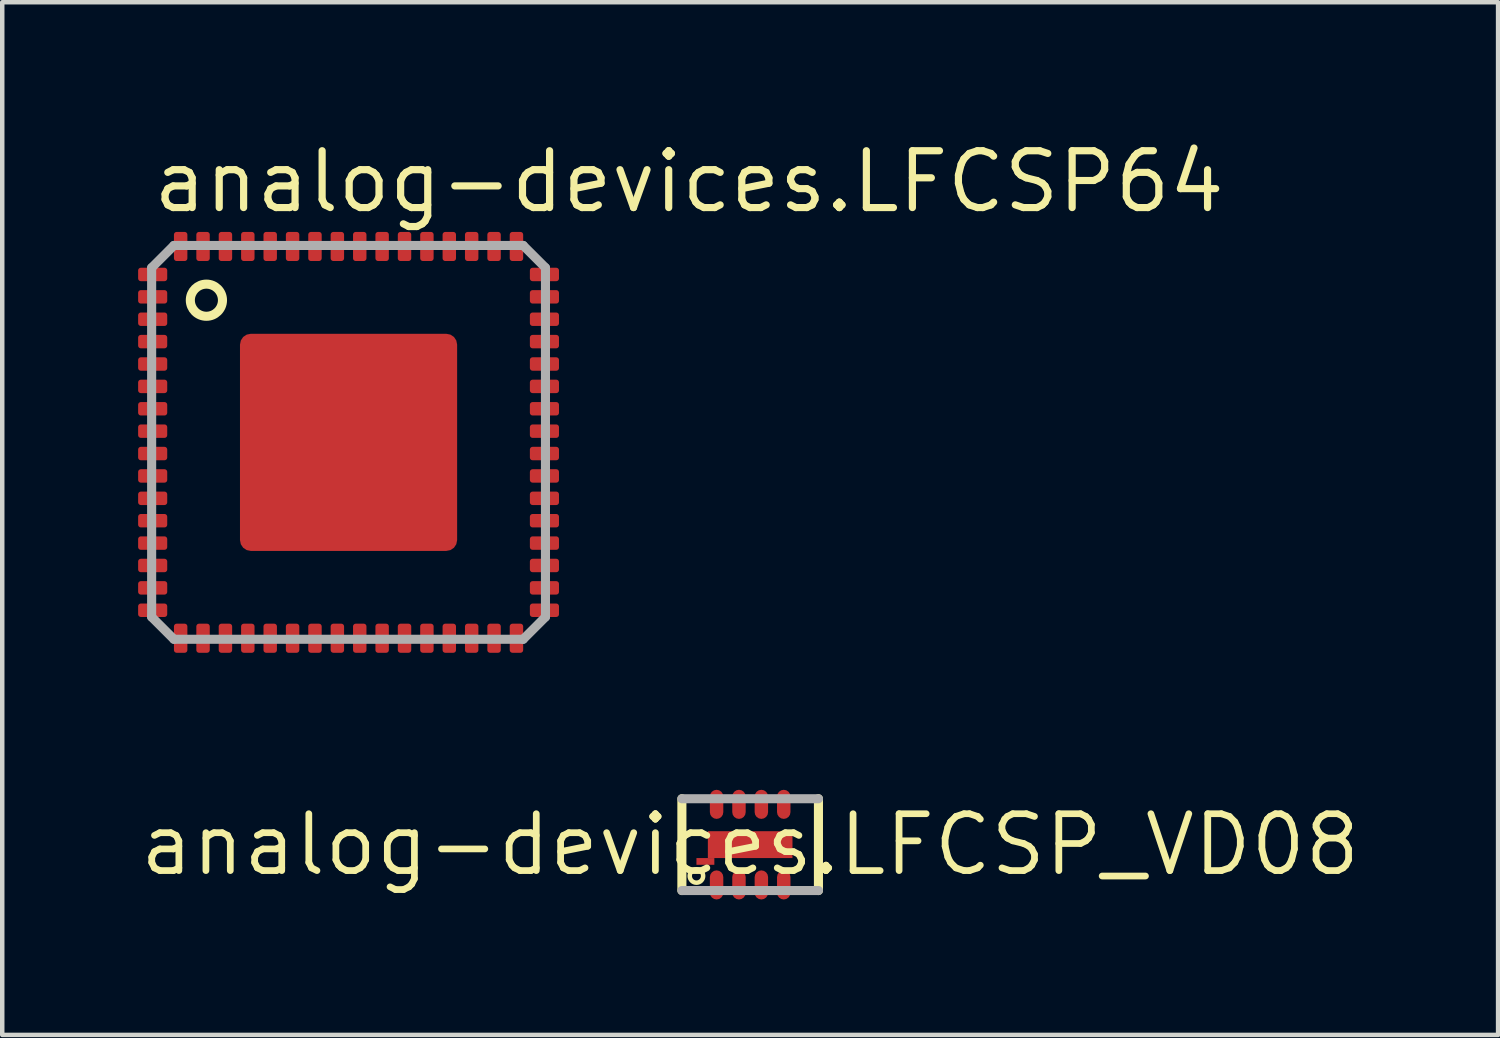
<source format=kicad_pcb>
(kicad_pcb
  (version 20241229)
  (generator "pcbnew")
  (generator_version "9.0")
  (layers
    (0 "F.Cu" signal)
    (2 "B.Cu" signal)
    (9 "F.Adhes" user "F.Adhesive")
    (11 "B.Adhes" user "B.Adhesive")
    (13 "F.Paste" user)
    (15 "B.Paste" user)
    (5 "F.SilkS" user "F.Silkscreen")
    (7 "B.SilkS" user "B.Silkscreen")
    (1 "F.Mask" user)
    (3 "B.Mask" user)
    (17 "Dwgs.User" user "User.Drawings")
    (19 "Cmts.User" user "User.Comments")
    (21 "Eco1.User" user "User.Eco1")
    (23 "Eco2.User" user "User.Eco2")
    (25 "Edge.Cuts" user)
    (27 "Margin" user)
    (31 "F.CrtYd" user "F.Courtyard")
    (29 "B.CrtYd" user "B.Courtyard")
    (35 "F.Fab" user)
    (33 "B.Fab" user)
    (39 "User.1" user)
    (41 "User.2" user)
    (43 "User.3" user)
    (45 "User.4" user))
  (footprint "analog-devices.LFCSP64"
    (layer "F.Cu")
    (at 4.735 6.83)
    (property "Reference" "analog-devices.LFCSP64" (at -4.445 -5.08 0) (layer "F.SilkS") (effects (font (size 1.27 1.27) (thickness 0.16)) (justify left bottom)))
    (attr smd)
    (fp_rect (start -4.71 -3.59) (end -4.04 -3.91) (stroke (width 0.05) (type default)) (fill yes) (layer "F.Mask"))
    (fp_rect (start -4.71 -3.09) (end -4.04 -3.41) (stroke (width 0.05) (type default)) (fill yes) (layer "F.Mask"))
    (fp_rect (start -4.71 -2.59) (end -4.04 -2.91) (stroke (width 0.05) (type default)) (fill yes) (layer "F.Mask"))
    (fp_rect (start -4.71 -2.09) (end -4.04 -2.41) (stroke (width 0.05) (type default)) (fill yes) (layer "F.Mask"))
    (fp_rect (start -4.71 -1.59) (end -4.04 -1.91) (stroke (width 0.05) (type default)) (fill yes) (layer "F.Mask"))
    (fp_rect (start -4.71 -1.09) (end -4.04 -1.41) (stroke (width 0.05) (type default)) (fill yes) (layer "F.Mask"))
    (fp_rect (start -4.71 -0.59) (end -4.04 -0.91) (stroke (width 0.05) (type default)) (fill yes) (layer "F.Mask"))
    (fp_rect (start -4.71 -0.09) (end -4.04 -0.41) (stroke (width 0.05) (type default)) (fill yes) (layer "F.Mask"))
    (fp_rect (start -4.71 0.41) (end -4.04 0.09) (stroke (width 0.05) (type default)) (fill yes) (layer "F.Mask"))
    (fp_rect (start -4.71 0.91) (end -4.04 0.59) (stroke (width 0.05) (type default)) (fill yes) (layer "F.Mask"))
    (fp_rect (start -4.71 1.41) (end -4.04 1.09) (stroke (width 0.05) (type default)) (fill yes) (layer "F.Mask"))
    (fp_rect (start -4.71 1.91) (end -4.04 1.59) (stroke (width 0.05) (type default)) (fill yes) (layer "F.Mask"))
    (fp_rect (start -4.71 2.41) (end -4.04 2.09) (stroke (width 0.05) (type default)) (fill yes) (layer "F.Mask"))
    (fp_rect (start -4.71 2.91) (end -4.04 2.59) (stroke (width 0.05) (type default)) (fill yes) (layer "F.Mask"))
    (fp_rect (start -4.71 3.41) (end -4.04 3.09) (stroke (width 0.05) (type default)) (fill yes) (layer "F.Mask"))
    (fp_rect (start -4.71 3.91) (end -4.04 3.59) (stroke (width 0.05) (type default)) (fill yes) (layer "F.Mask"))
    (fp_rect (start -3.91 -4.04) (end -3.59 -4.71) (stroke (width 0.05) (type default)) (fill yes) (layer "F.Mask"))
    (fp_rect (start -3.91 4.71) (end -3.59 4.04) (stroke (width 0.05) (type default)) (fill yes) (layer "F.Mask"))
    (fp_rect (start -3.41 -4.04) (end -3.09 -4.71) (stroke (width 0.05) (type default)) (fill yes) (layer "F.Mask"))
    (fp_rect (start -3.41 4.71) (end -3.09 4.04) (stroke (width 0.05) (type default)) (fill yes) (layer "F.Mask"))
    (fp_rect (start -2.91 -4.04) (end -2.59 -4.71) (stroke (width 0.05) (type default)) (fill yes) (layer "F.Mask"))
    (fp_rect (start -2.91 4.71) (end -2.59 4.04) (stroke (width 0.05) (type default)) (fill yes) (layer "F.Mask"))
    (fp_rect (start -2.45 2.46) (end 2.46 -2.45) (stroke (width 0.05) (type default)) (fill yes) (layer "F.Mask"))
    (fp_rect (start -2.41 -4.04) (end -2.09 -4.71) (stroke (width 0.05) (type default)) (fill yes) (layer "F.Mask"))
    (fp_rect (start -2.41 4.71) (end -2.09 4.04) (stroke (width 0.05) (type default)) (fill yes) (layer "F.Mask"))
    (fp_rect (start -1.91 -4.04) (end -1.59 -4.71) (stroke (width 0.05) (type default)) (fill yes) (layer "F.Mask"))
    (fp_rect (start -1.91 4.71) (end -1.59 4.04) (stroke (width 0.05) (type default)) (fill yes) (layer "F.Mask"))
    (fp_rect (start -1.41 -4.04) (end -1.09 -4.71) (stroke (width 0.05) (type default)) (fill yes) (layer "F.Mask"))
    (fp_rect (start -1.41 4.71) (end -1.09 4.04) (stroke (width 0.05) (type default)) (fill yes) (layer "F.Mask"))
    (fp_rect (start -0.91 -4.04) (end -0.59 -4.71) (stroke (width 0.05) (type default)) (fill yes) (layer "F.Mask"))
    (fp_rect (start -0.91 4.71) (end -0.59 4.04) (stroke (width 0.05) (type default)) (fill yes) (layer "F.Mask"))
    (fp_rect (start -0.41 -4.04) (end -0.09 -4.71) (stroke (width 0.05) (type default)) (fill yes) (layer "F.Mask"))
    (fp_rect (start -0.41 4.71) (end -0.09 4.04) (stroke (width 0.05) (type default)) (fill yes) (layer "F.Mask"))
    (fp_rect (start 0.09 -4.04) (end 0.41 -4.71) (stroke (width 0.05) (type default)) (fill yes) (layer "F.Mask"))
    (fp_rect (start 0.09 4.71) (end 0.41 4.04) (stroke (width 0.05) (type default)) (fill yes) (layer "F.Mask"))
    (fp_rect (start 0.59 -4.04) (end 0.91 -4.71) (stroke (width 0.05) (type default)) (fill yes) (layer "F.Mask"))
    (fp_rect (start 0.59 4.71) (end 0.91 4.04) (stroke (width 0.05) (type default)) (fill yes) (layer "F.Mask"))
    (fp_rect (start 1.09 -4.04) (end 1.41 -4.71) (stroke (width 0.05) (type default)) (fill yes) (layer "F.Mask"))
    (fp_rect (start 1.09 4.71) (end 1.41 4.04) (stroke (width 0.05) (type default)) (fill yes) (layer "F.Mask"))
    (fp_rect (start 1.59 -4.04) (end 1.91 -4.71) (stroke (width 0.05) (type default)) (fill yes) (layer "F.Mask"))
    (fp_rect (start 1.59 4.71) (end 1.91 4.04) (stroke (width 0.05) (type default)) (fill yes) (layer "F.Mask"))
    (fp_rect (start 2.09 -4.04) (end 2.41 -4.71) (stroke (width 0.05) (type default)) (fill yes) (layer "F.Mask"))
    (fp_rect (start 2.09 4.71) (end 2.41 4.04) (stroke (width 0.05) (type default)) (fill yes) (layer "F.Mask"))
    (fp_rect (start 2.59 -4.04) (end 2.91 -4.71) (stroke (width 0.05) (type default)) (fill yes) (layer "F.Mask"))
    (fp_rect (start 2.59 4.71) (end 2.91 4.04) (stroke (width 0.05) (type default)) (fill yes) (layer "F.Mask"))
    (fp_rect (start 3.09 -4.04) (end 3.41 -4.71) (stroke (width 0.05) (type default)) (fill yes) (layer "F.Mask"))
    (fp_rect (start 3.09 4.71) (end 3.41 4.04) (stroke (width 0.05) (type default)) (fill yes) (layer "F.Mask"))
    (fp_rect (start 3.59 -4.04) (end 3.91 -4.71) (stroke (width 0.05) (type default)) (fill yes) (layer "F.Mask"))
    (fp_rect (start 3.59 4.71) (end 3.91 4.04) (stroke (width 0.05) (type default)) (fill yes) (layer "F.Mask"))
    (fp_rect (start 4.04 -3.59) (end 4.71 -3.91) (stroke (width 0.05) (type default)) (fill yes) (layer "F.Mask"))
    (fp_rect (start 4.04 -3.09) (end 4.71 -3.41) (stroke (width 0.05) (type default)) (fill yes) (layer "F.Mask"))
    (fp_rect (start 4.04 -2.59) (end 4.71 -2.91) (stroke (width 0.05) (type default)) (fill yes) (layer "F.Mask"))
    (fp_rect (start 4.04 -2.09) (end 4.71 -2.41) (stroke (width 0.05) (type default)) (fill yes) (layer "F.Mask"))
    (fp_rect (start 4.04 -1.59) (end 4.71 -1.91) (stroke (width 0.05) (type default)) (fill yes) (layer "F.Mask"))
    (fp_rect (start 4.04 -1.09) (end 4.71 -1.41) (stroke (width 0.05) (type default)) (fill yes) (layer "F.Mask"))
    (fp_rect (start 4.04 -0.59) (end 4.71 -0.91) (stroke (width 0.05) (type default)) (fill yes) (layer "F.Mask"))
    (fp_rect (start 4.04 -0.09) (end 4.71 -0.41) (stroke (width 0.05) (type default)) (fill yes) (layer "F.Mask"))
    (fp_rect (start 4.04 0.41) (end 4.71 0.09) (stroke (width 0.05) (type default)) (fill yes) (layer "F.Mask"))
    (fp_rect (start 4.04 0.91) (end 4.71 0.59) (stroke (width 0.05) (type default)) (fill yes) (layer "F.Mask"))
    (fp_rect (start 4.04 1.41) (end 4.71 1.09) (stroke (width 0.05) (type default)) (fill yes) (layer "F.Mask"))
    (fp_rect (start 4.04 1.91) (end 4.71 1.59) (stroke (width 0.05) (type default)) (fill yes) (layer "F.Mask"))
    (fp_rect (start 4.04 2.41) (end 4.71 2.09) (stroke (width 0.05) (type default)) (fill yes) (layer "F.Mask"))
    (fp_rect (start 4.04 2.91) (end 4.71 2.59) (stroke (width 0.05) (type default)) (fill yes) (layer "F.Mask"))
    (fp_rect (start 4.04 3.41) (end 4.71 3.09) (stroke (width 0.05) (type default)) (fill yes) (layer "F.Mask"))
    (fp_rect (start 4.04 3.91) (end 4.71 3.59) (stroke (width 0.05) (type default)) (fill yes) (layer "F.Mask"))
    (fp_circle (center -3.175 -3.175) (end -2.816 -3.175) (stroke (width 0.203) (type default)) (fill no) (layer "F.SilkS"))
    (fp_line (start -4.398 -3.9) (end -4.398 3.9) (stroke (width 0.203) (type default)) (layer "F.Fab"))
    (fp_line (start -4.398 -3.9) (end -3.9 -4.398) (stroke (width 0.203) (type default)) (layer "F.Fab"))
    (fp_line (start -3.9 4.398) (end -4.398 3.9) (stroke (width 0.203) (type default)) (layer "F.Fab"))
    (fp_line (start -3.9 4.398) (end 3.9 4.398) (stroke (width 0.203) (type default)) (layer "F.Fab"))
    (fp_line (start 3.9 -4.398) (end -3.9 -4.398) (stroke (width 0.203) (type default)) (layer "F.Fab"))
    (fp_line (start 3.9 -4.398) (end 4.398 -3.9) (stroke (width 0.203) (type default)) (layer "F.Fab"))
    (fp_line (start 4.398 3.9) (end 3.9 4.398) (stroke (width 0.203) (type default)) (layer "F.Fab"))
    (fp_line (start 4.398 3.9) (end 4.398 -3.9) (stroke (width 0.203) (type default)) (layer "F.Fab"))
    (pad "1" smd roundrect (at -4.375 -3.75) (size 0.65 0.3) (layers "F.Cu" "F.Mask" "F.Paste") (roundrect_rratio 0.2))
    (pad "2" smd roundrect (at -4.375 -3.25) (size 0.65 0.3) (layers "F.Cu" "F.Mask" "F.Paste") (roundrect_rratio 0.2))
    (pad "3" smd roundrect (at -4.375 -2.75) (size 0.65 0.3) (layers "F.Cu" "F.Mask" "F.Paste") (roundrect_rratio 0.2))
    (pad "4" smd roundrect (at -4.375 -2.25) (size 0.65 0.3) (layers "F.Cu" "F.Mask" "F.Paste") (roundrect_rratio 0.2))
    (pad "5" smd roundrect (at -4.375 -1.75) (size 0.65 0.3) (layers "F.Cu" "F.Mask" "F.Paste") (roundrect_rratio 0.2))
    (pad "6" smd roundrect (at -4.375 -1.25) (size 0.65 0.3) (layers "F.Cu" "F.Mask" "F.Paste") (roundrect_rratio 0.2))
    (pad "7" smd roundrect (at -4.375 -0.75) (size 0.65 0.3) (layers "F.Cu" "F.Mask" "F.Paste") (roundrect_rratio 0.2))
    (pad "8" smd roundrect (at -4.375 -0.25) (size 0.65 0.3) (layers "F.Cu" "F.Mask" "F.Paste") (roundrect_rratio 0.2))
    (pad "9" smd roundrect (at -4.375 0.25) (size 0.65 0.3) (layers "F.Cu" "F.Mask" "F.Paste") (roundrect_rratio 0.2))
    (pad "10" smd roundrect (at -4.375 0.75) (size 0.65 0.3) (layers "F.Cu" "F.Mask" "F.Paste") (roundrect_rratio 0.2))
    (pad "11" smd roundrect (at -4.375 1.25) (size 0.65 0.3) (layers "F.Cu" "F.Mask" "F.Paste") (roundrect_rratio 0.2))
    (pad "12" smd roundrect (at -4.375 1.75) (size 0.65 0.3) (layers "F.Cu" "F.Mask" "F.Paste") (roundrect_rratio 0.2))
    (pad "13" smd roundrect (at -4.375 2.25) (size 0.65 0.3) (layers "F.Cu" "F.Mask" "F.Paste") (roundrect_rratio 0.2))
    (pad "14" smd roundrect (at -4.375 2.75) (size 0.65 0.3) (layers "F.Cu" "F.Mask" "F.Paste") (roundrect_rratio 0.2))
    (pad "15" smd roundrect (at -4.375 3.25) (size 0.65 0.3) (layers "F.Cu" "F.Mask" "F.Paste") (roundrect_rratio 0.2))
    (pad "16" smd roundrect (at -4.375 3.75) (size 0.65 0.3) (layers "F.Cu" "F.Mask" "F.Paste") (roundrect_rratio 0.2))
    (pad "17" smd roundrect (at -3.75 4.375) (size 0.3 0.65) (layers "F.Cu" "F.Mask" "F.Paste") (roundrect_rratio 0.2))
    (pad "18" smd roundrect (at -3.25 4.375) (size 0.3 0.65) (layers "F.Cu" "F.Mask" "F.Paste") (roundrect_rratio 0.2))
    (pad "19" smd roundrect (at -2.75 4.375) (size 0.3 0.65) (layers "F.Cu" "F.Mask" "F.Paste") (roundrect_rratio 0.2))
    (pad "20" smd roundrect (at -2.25 4.375) (size 0.3 0.65) (layers "F.Cu" "F.Mask" "F.Paste") (roundrect_rratio 0.2))
    (pad "21" smd roundrect (at -1.75 4.375) (size 0.3 0.65) (layers "F.Cu" "F.Mask" "F.Paste") (roundrect_rratio 0.2))
    (pad "22" smd roundrect (at -1.25 4.375) (size 0.3 0.65) (layers "F.Cu" "F.Mask" "F.Paste") (roundrect_rratio 0.2))
    (pad "23" smd roundrect (at -0.75 4.375) (size 0.3 0.65) (layers "F.Cu" "F.Mask" "F.Paste") (roundrect_rratio 0.2))
    (pad "24" smd roundrect (at -0.25 4.375) (size 0.3 0.65) (layers "F.Cu" "F.Mask" "F.Paste") (roundrect_rratio 0.2))
    (pad "25" smd roundrect (at 0.25 4.375) (size 0.3 0.65) (layers "F.Cu" "F.Mask" "F.Paste") (roundrect_rratio 0.2))
    (pad "26" smd roundrect (at 0.75 4.375) (size 0.3 0.65) (layers "F.Cu" "F.Mask" "F.Paste") (roundrect_rratio 0.2))
    (pad "27" smd roundrect (at 1.25 4.375) (size 0.3 0.65) (layers "F.Cu" "F.Mask" "F.Paste") (roundrect_rratio 0.2))
    (pad "28" smd roundrect (at 1.75 4.375) (size 0.3 0.65) (layers "F.Cu" "F.Mask" "F.Paste") (roundrect_rratio 0.2))
    (pad "29" smd roundrect (at 2.25 4.375) (size 0.3 0.65) (layers "F.Cu" "F.Mask" "F.Paste") (roundrect_rratio 0.2))
    (pad "30" smd roundrect (at 2.75 4.375) (size 0.3 0.65) (layers "F.Cu" "F.Mask" "F.Paste") (roundrect_rratio 0.2))
    (pad "31" smd roundrect (at 3.25 4.375) (size 0.3 0.65) (layers "F.Cu" "F.Mask" "F.Paste") (roundrect_rratio 0.2))
    (pad "32" smd roundrect (at 3.75 4.375) (size 0.3 0.65) (layers "F.Cu" "F.Mask" "F.Paste") (roundrect_rratio 0.2))
    (pad "33" smd roundrect (at 4.375 3.75) (size 0.65 0.3) (layers "F.Cu" "F.Mask" "F.Paste") (roundrect_rratio 0.2))
    (pad "34" smd roundrect (at 4.375 3.25) (size 0.65 0.3) (layers "F.Cu" "F.Mask" "F.Paste") (roundrect_rratio 0.2))
    (pad "35" smd roundrect (at 4.375 2.75) (size 0.65 0.3) (layers "F.Cu" "F.Mask" "F.Paste") (roundrect_rratio 0.2))
    (pad "36" smd roundrect (at 4.375 2.25) (size 0.65 0.3) (layers "F.Cu" "F.Mask" "F.Paste") (roundrect_rratio 0.2))
    (pad "37" smd roundrect (at 4.375 1.75) (size 0.65 0.3) (layers "F.Cu" "F.Mask" "F.Paste") (roundrect_rratio 0.2))
    (pad "38" smd roundrect (at 4.375 1.25) (size 0.65 0.3) (layers "F.Cu" "F.Mask" "F.Paste") (roundrect_rratio 0.2))
    (pad "39" smd roundrect (at 4.375 0.75) (size 0.65 0.3) (layers "F.Cu" "F.Mask" "F.Paste") (roundrect_rratio 0.2))
    (pad "40" smd roundrect (at 4.375 0.25) (size 0.65 0.3) (layers "F.Cu" "F.Mask" "F.Paste") (roundrect_rratio 0.2))
    (pad "41" smd roundrect (at 4.375 -0.25) (size 0.65 0.3) (layers "F.Cu" "F.Mask" "F.Paste") (roundrect_rratio 0.2))
    (pad "42" smd roundrect (at 4.375 -0.75) (size 0.65 0.3) (layers "F.Cu" "F.Mask" "F.Paste") (roundrect_rratio 0.2))
    (pad "43" smd roundrect (at 4.375 -1.25) (size 0.65 0.3) (layers "F.Cu" "F.Mask" "F.Paste") (roundrect_rratio 0.2))
    (pad "44" smd roundrect (at 4.375 -1.75) (size 0.65 0.3) (layers "F.Cu" "F.Mask" "F.Paste") (roundrect_rratio 0.2))
    (pad "45" smd roundrect (at 4.375 -2.25) (size 0.65 0.3) (layers "F.Cu" "F.Mask" "F.Paste") (roundrect_rratio 0.2))
    (pad "46" smd roundrect (at 4.375 -2.75) (size 0.65 0.3) (layers "F.Cu" "F.Mask" "F.Paste") (roundrect_rratio 0.2))
    (pad "47" smd roundrect (at 4.375 -3.25) (size 0.65 0.3) (layers "F.Cu" "F.Mask" "F.Paste") (roundrect_rratio 0.2))
    (pad "48" smd roundrect (at 4.375 -3.75) (size 0.65 0.3) (layers "F.Cu" "F.Mask" "F.Paste") (roundrect_rratio 0.2))
    (pad "49" smd roundrect (at 3.75 -4.375) (size 0.3 0.65) (layers "F.Cu" "F.Mask" "F.Paste") (roundrect_rratio 0.2))
    (pad "50" smd roundrect (at 3.25 -4.375) (size 0.3 0.65) (layers "F.Cu" "F.Mask" "F.Paste") (roundrect_rratio 0.2))
    (pad "51" smd roundrect (at 2.75 -4.375) (size 0.3 0.65) (layers "F.Cu" "F.Mask" "F.Paste") (roundrect_rratio 0.2))
    (pad "52" smd roundrect (at 2.25 -4.375) (size 0.3 0.65) (layers "F.Cu" "F.Mask" "F.Paste") (roundrect_rratio 0.2))
    (pad "53" smd roundrect (at 1.75 -4.375) (size 0.3 0.65) (layers "F.Cu" "F.Mask" "F.Paste") (roundrect_rratio 0.2))
    (pad "54" smd roundrect (at 1.25 -4.375) (size 0.3 0.65) (layers "F.Cu" "F.Mask" "F.Paste") (roundrect_rratio 0.2))
    (pad "55" smd roundrect (at 0.75 -4.375) (size 0.3 0.65) (layers "F.Cu" "F.Mask" "F.Paste") (roundrect_rratio 0.2))
    (pad "56" smd roundrect (at 0.25 -4.375) (size 0.3 0.65) (layers "F.Cu" "F.Mask" "F.Paste") (roundrect_rratio 0.2))
    (pad "57" smd roundrect (at -0.25 -4.375) (size 0.3 0.65) (layers "F.Cu" "F.Mask" "F.Paste") (roundrect_rratio 0.2))
    (pad "58" smd roundrect (at -0.75 -4.375) (size 0.3 0.65) (layers "F.Cu" "F.Mask" "F.Paste") (roundrect_rratio 0.2))
    (pad "59" smd roundrect (at -1.25 -4.375) (size 0.3 0.65) (layers "F.Cu" "F.Mask" "F.Paste") (roundrect_rratio 0.2))
    (pad "60" smd roundrect (at -1.75 -4.375) (size 0.3 0.65) (layers "F.Cu" "F.Mask" "F.Paste") (roundrect_rratio 0.2))
    (pad "61" smd roundrect (at -2.25 -4.375) (size 0.3 0.65) (layers "F.Cu" "F.Mask" "F.Paste") (roundrect_rratio 0.2))
    (pad "62" smd roundrect (at -2.75 -4.375) (size 0.3 0.65) (layers "F.Cu" "F.Mask" "F.Paste") (roundrect_rratio 0.2))
    (pad "63" smd roundrect (at -3.25 -4.375) (size 0.3 0.65) (layers "F.Cu" "F.Mask" "F.Paste") (roundrect_rratio 0.2))
    (pad "64" smd roundrect (at -3.75 -4.375) (size 0.3 0.65) (layers "F.Cu" "F.Mask" "F.Paste") (roundrect_rratio 0.2))
    (pad "EXP" smd roundrect (at 0 0) (size 4.85 4.85) (layers "F.Cu" "F.Mask" "F.Paste") (roundrect_rratio 0.05)))
  (footprint "analog-devices.LFCSP_VD08"
    (layer "F.Cu")
    (at 13.705 15.815)
    (property "Reference" "analog-devices.LFCSP_VD08" (at 0 0 0) (layer "F.SilkS") (effects (font (size 1.27 1.27) (thickness 0.15))))
    (attr smd)
    (fp_rect (start -1.225 0.475) (end -0.775 0.275) (stroke (width 0.05) (type default)) (fill yes) (layer "F.Mask"))
    (fp_rect (start -0.975 0.325) (end 0.975 -0.325) (stroke (width 0.05) (type default)) (fill yes) (layer "F.Mask"))
    (fp_rect (start -0.9 -0.575) (end -0.6 -1.225) (stroke (width 0.05) (type default)) (fill yes) (layer "F.Mask"))
    (fp_rect (start -0.9 1.225) (end -0.6 0.575) (stroke (width 0.05) (type default)) (fill yes) (layer "F.Mask"))
    (fp_rect (start -0.4 -0.575) (end -0.1 -1.225) (stroke (width 0.05) (type default)) (fill yes) (layer "F.Mask"))
    (fp_rect (start -0.4 1.225) (end -0.1 0.575) (stroke (width 0.05) (type default)) (fill yes) (layer "F.Mask"))
    (fp_rect (start 0.1 -0.575) (end 0.4 -1.225) (stroke (width 0.05) (type default)) (fill yes) (layer "F.Mask"))
    (fp_rect (start 0.1 1.225) (end 0.4 0.575) (stroke (width 0.05) (type default)) (fill yes) (layer "F.Mask"))
    (fp_rect (start 0.6 -0.575) (end 0.9 -1.225) (stroke (width 0.05) (type default)) (fill yes) (layer "F.Mask"))
    (fp_rect (start 0.6 1.225) (end 0.9 0.575) (stroke (width 0.05) (type default)) (fill yes) (layer "F.Mask"))
    (fp_line (start -1.525 -1.025) (end -1.525 1.025) (stroke (width 0.203) (type default)) (layer "F.SilkS"))
    (fp_line (start 1.525 1.025) (end 1.525 -1.025) (stroke (width 0.203) (type default)) (layer "F.SilkS"))
    (fp_circle (center -1.2 0.7) (end -1.05 0.7) (stroke (width 0.1) (type default)) (fill no) (layer "F.SilkS"))
    (fp_rect (start -1.175 0.425) (end -0.825 0.325) (stroke (width 0.05) (type default)) (fill yes) (layer "F.Paste"))
    (fp_rect (start -0.9 0.25) (end 0.9 -0.25) (stroke (width 0.05) (type default)) (fill yes) (layer "F.Paste"))
    (fp_rect (start -0.9 0.35) (end -0.825 0.225) (stroke (width 0.05) (type default)) (fill yes) (layer "F.Paste"))
    (fp_rect (start -0.875 -0.625) (end -0.625 -1.175) (stroke (width 0.05) (type default)) (fill yes) (layer "F.Paste"))
    (fp_rect (start -0.875 1.175) (end -0.625 0.625) (stroke (width 0.05) (type default)) (fill yes) (layer "F.Paste"))
    (fp_rect (start -0.375 -0.625) (end -0.125 -1.175) (stroke (width 0.05) (type default)) (fill yes) (layer "F.Paste"))
    (fp_rect (start -0.375 1.175) (end -0.125 0.625) (stroke (width 0.05) (type default)) (fill yes) (layer "F.Paste"))
    (fp_rect (start 0.125 -0.625) (end 0.375 -1.175) (stroke (width 0.05) (type default)) (fill yes) (layer "F.Paste"))
    (fp_rect (start 0.125 1.175) (end 0.375 0.625) (stroke (width 0.05) (type default)) (fill yes) (layer "F.Paste"))
    (fp_rect (start 0.625 -0.625) (end 0.875 -1.175) (stroke (width 0.05) (type default)) (fill yes) (layer "F.Paste"))
    (fp_rect (start 0.625 1.175) (end 0.875 0.625) (stroke (width 0.05) (type default)) (fill yes) (layer "F.Paste"))
    (fp_line (start -1.525 1.025) (end 1.525 1.025) (stroke (width 0.203) (type default)) (layer "F.Fab"))
    (fp_line (start 1.525 -1.025) (end -1.525 -1.025) (stroke (width 0.203) (type default)) (layer "F.Fab"))
    (pad "1" smd roundrect (at -0.75 0.9) (size 0.3 0.65) (layers "F.Cu" "F.Mask" "F.Paste") (roundrect_rratio 0.5))
    (pad "2" smd roundrect (at -0.25 0.9) (size 0.3 0.65) (layers "F.Cu" "F.Mask" "F.Paste") (roundrect_rratio 0.5))
    (pad "3" smd roundrect (at 0.25 0.9) (size 0.3 0.65) (layers "F.Cu" "F.Mask" "F.Paste") (roundrect_rratio 0.5))
    (pad "4" smd roundrect (at 0.75 0.9) (size 0.3 0.65) (layers "F.Cu" "F.Mask" "F.Paste") (roundrect_rratio 0.5))
    (pad "5" smd roundrect (at 0.75 -0.9 180) (size 0.3 0.65) (layers "F.Cu" "F.Mask" "F.Paste") (roundrect_rratio 0.5))
    (pad "6" smd roundrect (at 0.25 -0.9 180) (size 0.3 0.65) (layers "F.Cu" "F.Mask" "F.Paste") (roundrect_rratio 0.5))
    (pad "7" smd roundrect (at -0.25 -0.9 180) (size 0.3 0.65) (layers "F.Cu" "F.Mask" "F.Paste") (roundrect_rratio 0.5))
    (pad "8" smd roundrect (at -0.75 -0.9 180) (size 0.3 0.65) (layers "F.Cu" "F.Mask" "F.Paste") (roundrect_rratio 0.5))
    (pad "EXP@1" smd roundrect (at -1 0.375) (size 0.4 0.15) (layers "F.Cu" "F.Mask" "F.Paste") (roundrect_rratio 0.01))
    (pad "EXP@2" smd roundrect (at 0 0) (size 1.89 0.6) (layers "F.Cu" "F.Mask" "F.Paste") (roundrect_rratio 0.01)))
  (gr_rect
    (start -3 -3)
    (end 30.41 20.065)
    (stroke (width 0.1) (type default))
    (fill no)
    (layer "Edge.Cuts")))
</source>
